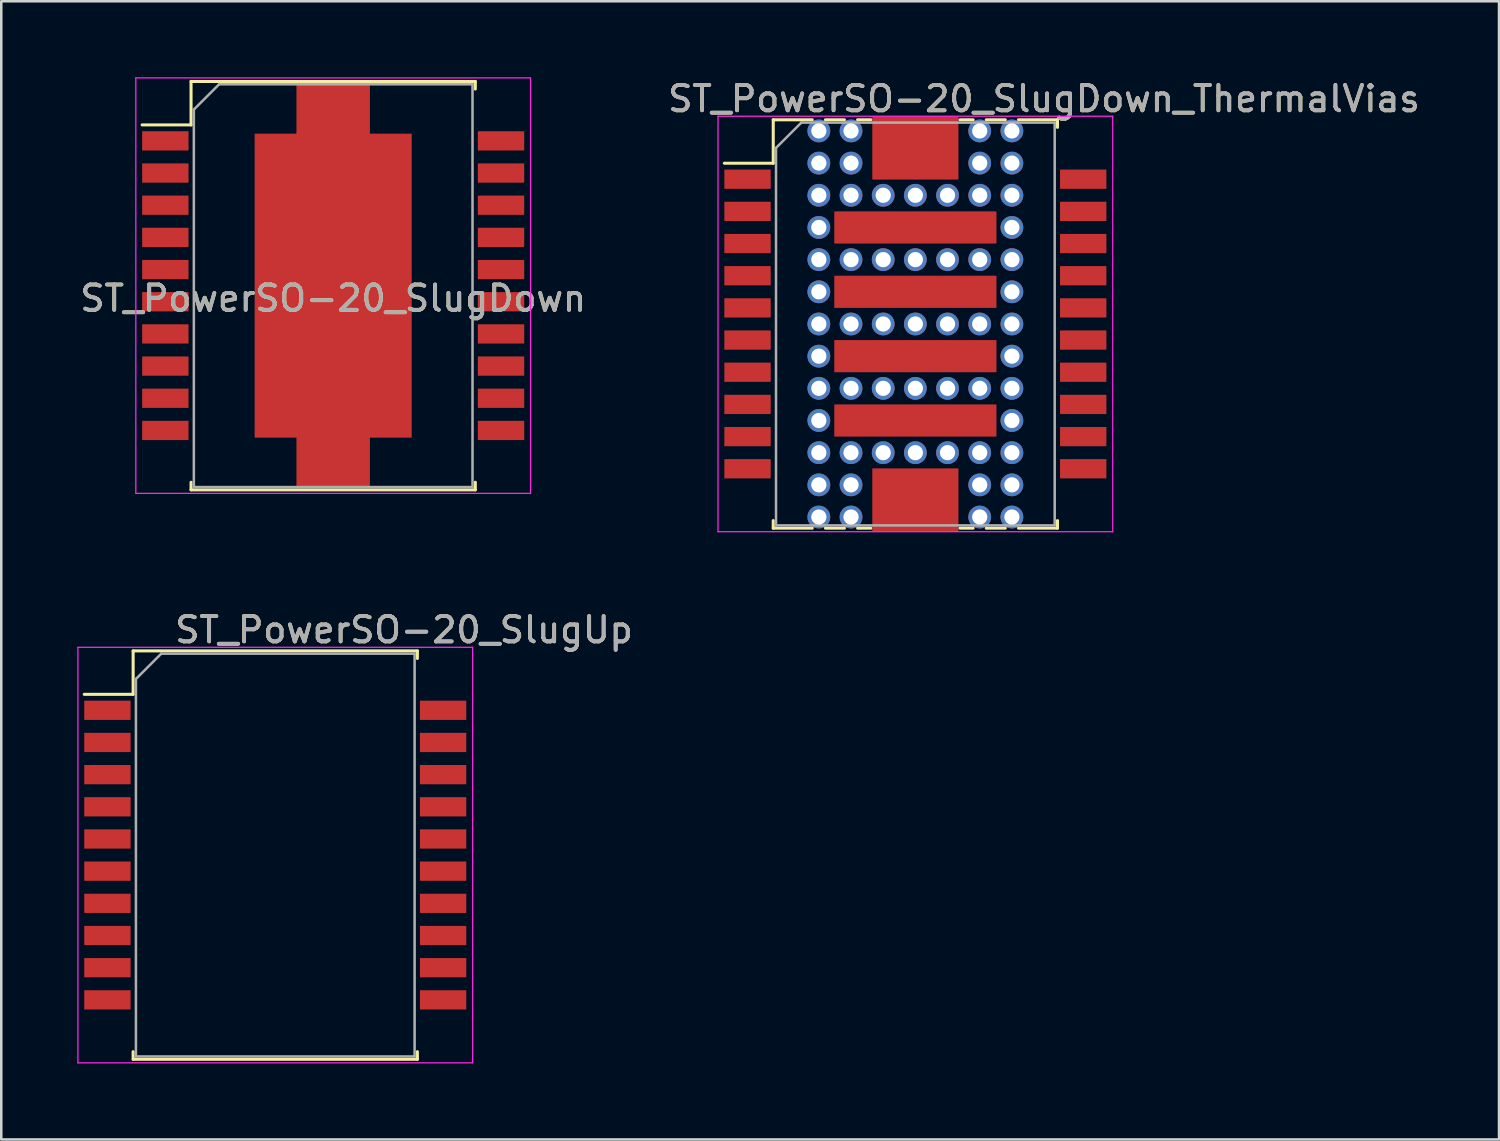
<source format=kicad_pcb>
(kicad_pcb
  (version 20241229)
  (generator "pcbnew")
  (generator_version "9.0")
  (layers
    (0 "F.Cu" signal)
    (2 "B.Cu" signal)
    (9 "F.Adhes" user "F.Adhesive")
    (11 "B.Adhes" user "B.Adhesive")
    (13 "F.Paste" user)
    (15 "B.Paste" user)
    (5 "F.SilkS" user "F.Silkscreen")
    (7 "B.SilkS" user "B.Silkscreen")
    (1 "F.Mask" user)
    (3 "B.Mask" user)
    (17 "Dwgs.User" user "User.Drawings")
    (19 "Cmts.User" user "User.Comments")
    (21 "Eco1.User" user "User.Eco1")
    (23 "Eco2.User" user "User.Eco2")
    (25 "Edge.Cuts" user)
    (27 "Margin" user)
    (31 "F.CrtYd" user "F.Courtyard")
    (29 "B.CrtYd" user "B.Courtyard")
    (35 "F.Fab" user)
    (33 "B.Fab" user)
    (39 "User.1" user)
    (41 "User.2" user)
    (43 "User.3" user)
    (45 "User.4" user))
  (footprint "ST_PowerSO-20_SlugDown_ThermalVias"
    (layer "F.Cu")
    (at 33.081 9.738)
    (property "Reference" "ST_PowerSO-20_SlugDown_ThermalVias" (at 5.08 -8.89 0) (layer "F.SilkS") (effects (font (size 1 1) (thickness 0.15))))
    (attr smd)
    (fp_line (start -7.54 -6.345) (end -5.61 -6.345) (stroke (width 0.12) (type solid)) (layer "F.SilkS"))
    (fp_line (start -5.61 -8.06) (end -4.07 -8.06) (stroke (width 0.12) (type solid)) (layer "F.SilkS"))
    (fp_line (start -5.61 -6.345) (end -5.61 -8.06) (stroke (width 0.12) (type solid)) (layer "F.SilkS"))
    (fp_line (start -5.61 7.76) (end -5.61 8.06) (stroke (width 0.12) (type solid)) (layer "F.SilkS"))
    (fp_line (start -5.61 8.06) (end -4.07 8.06) (stroke (width 0.12) (type solid)) (layer "F.SilkS"))
    (fp_line (start -3.55 -8.06) (end -2.8 -8.06) (stroke (width 0.12) (type solid)) (layer "F.SilkS"))
    (fp_line (start -3.55 8.06) (end -2.8 8.06) (stroke (width 0.12) (type solid)) (layer "F.SilkS"))
    (fp_line (start -2.28 -8.06) (end -1.76 -8.06) (stroke (width 0.12) (type solid)) (layer "F.SilkS"))
    (fp_line (start -2.28 8.06) (end -1.76 8.06) (stroke (width 0.12) (type solid)) (layer "F.SilkS"))
    (fp_line (start 1.76 -8.06) (end 2.28 -8.06) (stroke (width 0.12) (type solid)) (layer "F.SilkS"))
    (fp_line (start 1.76 8.06) (end 2.28 8.06) (stroke (width 0.12) (type solid)) (layer "F.SilkS"))
    (fp_line (start 2.8 -8.06) (end 3.55 -8.06) (stroke (width 0.12) (type solid)) (layer "F.SilkS"))
    (fp_line (start 2.8 8.06) (end 3.55 8.06) (stroke (width 0.12) (type solid)) (layer "F.SilkS"))
    (fp_line (start 4.07 -8.06) (end 5.61 -8.06) (stroke (width 0.12) (type solid)) (layer "F.SilkS"))
    (fp_line (start 4.07 8.06) (end 5.61 8.06) (stroke (width 0.12) (type solid)) (layer "F.SilkS"))
    (fp_line (start 5.61 -8.06) (end 5.61 -7.76) (stroke (width 0.12) (type solid)) (layer "F.SilkS"))
    (fp_line (start 5.61 8.06) (end 5.61 7.76) (stroke (width 0.12) (type solid)) (layer "F.SilkS"))
    (fp_line (start -7.79 -8.2) (end -7.79 8.2) (stroke (width 0.05) (type solid)) (layer "F.CrtYd"))
    (fp_line (start -7.79 8.2) (end 7.79 8.2) (stroke (width 0.05) (type solid)) (layer "F.CrtYd"))
    (fp_line (start 7.79 -8.2) (end -7.79 -8.2) (stroke (width 0.05) (type solid)) (layer "F.CrtYd"))
    (fp_line (start 7.79 8.2) (end 7.79 -8.2) (stroke (width 0.05) (type solid)) (layer "F.CrtYd"))
    (fp_line (start -5.5 -6.95) (end -5.5 7.95) (stroke (width 0.1) (type solid)) (layer "F.Fab"))
    (fp_line (start -5.5 -6.95) (end -4.5 -7.95) (stroke (width 0.1) (type solid)) (layer "F.Fab"))
    (fp_line (start -5.5 7.95) (end 5.5 7.95) (stroke (width 0.1) (type solid)) (layer "F.Fab"))
    (fp_line (start 5.5 -7.95) (end -4.5 -7.95) (stroke (width 0.1) (type solid)) (layer "F.Fab"))
    (fp_line (start 5.5 7.95) (end 5.5 -7.95) (stroke (width 0.1) (type solid)) (layer "F.Fab"))
    (fp_text user "${REFERENCE}" (at 5.08 -8.89 0) (layer "F.Fab") (effects (font (size 1 1) (thickness 0.15))))
    (pad "0" thru_hole circle (at -3.81 -7.62) (size 0.9 0.9) (drill 0.6) (layers "*.Cu" "*.Mask"))
    (pad "0" thru_hole circle (at -3.81 -6.35) (size 0.9 0.9) (drill 0.6) (layers "*.Cu" "*.Mask"))
    (pad "0" thru_hole circle (at -3.81 -5.08) (size 0.9 0.9) (drill 0.6) (layers "*.Cu" "*.Mask"))
    (pad "0" thru_hole circle (at -3.81 -3.81) (size 0.9 0.9) (drill 0.6) (layers "*.Cu" "*.Mask"))
    (pad "0" thru_hole circle (at -3.81 -2.54) (size 0.9 0.9) (drill 0.6) (layers "*.Cu" "*.Mask"))
    (pad "0" thru_hole circle (at -3.81 -1.27) (size 0.9 0.9) (drill 0.6) (layers "*.Cu" "*.Mask"))
    (pad "0" thru_hole circle (at -3.81 0) (size 0.9 0.9) (drill 0.6) (layers "*.Cu" "*.Mask"))
    (pad "0" thru_hole circle (at -3.81 1.27) (size 0.9 0.9) (drill 0.6) (layers "*.Cu" "*.Mask"))
    (pad "0" thru_hole circle (at -3.81 2.54) (size 0.9 0.9) (drill 0.6) (layers "*.Cu" "*.Mask"))
    (pad "0" thru_hole circle (at -3.81 3.81) (size 0.9 0.9) (drill 0.6) (layers "*.Cu" "*.Mask"))
    (pad "0" thru_hole circle (at -3.81 5.08) (size 0.9 0.9) (drill 0.6) (layers "*.Cu" "*.Mask"))
    (pad "0" thru_hole circle (at -3.81 6.35) (size 0.9 0.9) (drill 0.6) (layers "*.Cu" "*.Mask"))
    (pad "0" thru_hole circle (at -3.81 7.62) (size 0.9 0.9) (drill 0.6) (layers "*.Cu" "*.Mask"))
    (pad "0" thru_hole circle (at -2.54 -7.62) (size 0.9 0.9) (drill 0.6) (layers "*.Cu" "*.Mask"))
    (pad "0" thru_hole circle (at -2.54 -6.35) (size 0.9 0.9) (drill 0.6) (layers "*.Cu" "*.Mask"))
    (pad "0" thru_hole circle (at -2.54 -5.08) (size 0.9 0.9) (drill 0.6) (layers "*.Cu" "*.Mask"))
    (pad "0" thru_hole circle (at -2.54 -2.54) (size 0.9 0.9) (drill 0.6) (layers "*.Cu" "*.Mask"))
    (pad "0" thru_hole circle (at -2.54 0) (size 0.9 0.9) (drill 0.6) (layers "*.Cu" "*.Mask"))
    (pad "0" thru_hole circle (at -2.54 2.54) (size 0.9 0.9) (drill 0.6) (layers "*.Cu" "*.Mask"))
    (pad "0" thru_hole circle (at -2.54 5.08) (size 0.9 0.9) (drill 0.6) (layers "*.Cu" "*.Mask"))
    (pad "0" thru_hole circle (at -2.54 6.35) (size 0.9 0.9) (drill 0.6) (layers "*.Cu" "*.Mask"))
    (pad "0" thru_hole circle (at -2.54 7.62) (size 0.9 0.9) (drill 0.6) (layers "*.Cu" "*.Mask"))
    (pad "0" thru_hole circle (at -1.27 -5.08) (size 0.9 0.9) (drill 0.6) (layers "*.Cu" "*.Mask"))
    (pad "0" thru_hole circle (at -1.27 -2.54) (size 0.9 0.9) (drill 0.6) (layers "*.Cu" "*.Mask"))
    (pad "0" thru_hole circle (at -1.27 0) (size 0.9 0.9) (drill 0.6) (layers "*.Cu" "*.Mask"))
    (pad "0" thru_hole circle (at -1.27 2.54) (size 0.9 0.9) (drill 0.6) (layers "*.Cu" "*.Mask"))
    (pad "0" thru_hole circle (at -1.27 5.08) (size 0.9 0.9) (drill 0.6) (layers "*.Cu" "*.Mask"))
    (pad "0" smd rect (at 0 -6.95) (size 3.4 2.5) (layers "F.Cu" "F.Mask" "F.Paste"))
    (pad "0" thru_hole circle (at 0 -5.08) (size 0.9 0.9) (drill 0.6) (layers "*.Cu" "*.Mask"))
    (pad "0" smd rect (at 0 -3.81) (size 6.4 1.27) (layers "F.Cu" "F.Mask" "F.Paste"))
    (pad "0" thru_hole circle (at 0 -2.54) (size 0.9 0.9) (drill 0.6) (layers "*.Cu" "*.Mask"))
    (pad "0" smd rect (at 0 -1.27) (size 6.4 1.27) (layers "F.Cu" "F.Mask" "F.Paste"))
    (pad "0" thru_hole circle (at 0 0) (size 0.9 0.9) (drill 0.6) (layers "*.Cu" "*.Mask"))
    (pad "0" smd rect (at 0 1.27) (size 6.4 1.27) (layers "F.Cu" "F.Mask" "F.Paste"))
    (pad "0" thru_hole circle (at 0 2.54) (size 0.9 0.9) (drill 0.6) (layers "*.Cu" "*.Mask"))
    (pad "0" smd rect (at 0 3.81) (size 6.4 1.27) (layers "F.Cu" "F.Mask" "F.Paste"))
    (pad "0" thru_hole circle (at 0 5.08) (size 0.9 0.9) (drill 0.6) (layers "*.Cu" "*.Mask"))
    (pad "0" smd rect (at 0 6.95) (size 3.4 2.5) (layers "F.Cu" "F.Mask" "F.Paste"))
    (pad "0" thru_hole circle (at 1.27 -5.08) (size 0.9 0.9) (drill 0.6) (layers "*.Cu" "*.Mask"))
    (pad "0" thru_hole circle (at 1.27 -2.54) (size 0.9 0.9) (drill 0.6) (layers "*.Cu" "*.Mask"))
    (pad "0" thru_hole circle (at 1.27 0) (size 0.9 0.9) (drill 0.6) (layers "*.Cu" "*.Mask"))
    (pad "0" thru_hole circle (at 1.27 2.54) (size 0.9 0.9) (drill 0.6) (layers "*.Cu" "*.Mask"))
    (pad "0" thru_hole circle (at 1.27 5.08) (size 0.9 0.9) (drill 0.6) (layers "*.Cu" "*.Mask"))
    (pad "0" thru_hole circle (at 2.54 -7.62) (size 0.9 0.9) (drill 0.6) (layers "*.Cu" "*.Mask"))
    (pad "0" thru_hole circle (at 2.54 -6.35) (size 0.9 0.9) (drill 0.6) (layers "*.Cu" "*.Mask"))
    (pad "0" thru_hole circle (at 2.54 -5.08) (size 0.9 0.9) (drill 0.6) (layers "*.Cu" "*.Mask"))
    (pad "0" thru_hole circle (at 2.54 -2.54) (size 0.9 0.9) (drill 0.6) (layers "*.Cu" "*.Mask"))
    (pad "0" thru_hole circle (at 2.54 0) (size 0.9 0.9) (drill 0.6) (layers "*.Cu" "*.Mask"))
    (pad "0" thru_hole circle (at 2.54 2.54) (size 0.9 0.9) (drill 0.6) (layers "*.Cu" "*.Mask"))
    (pad "0" thru_hole circle (at 2.54 5.08) (size 0.9 0.9) (drill 0.6) (layers "*.Cu" "*.Mask"))
    (pad "0" thru_hole circle (at 2.54 6.35) (size 0.9 0.9) (drill 0.6) (layers "*.Cu" "*.Mask"))
    (pad "0" thru_hole circle (at 2.54 7.62) (size 0.9 0.9) (drill 0.6) (layers "*.Cu" "*.Mask"))
    (pad "0" thru_hole circle (at 3.81 -7.62) (size 0.9 0.9) (drill 0.6) (layers "*.Cu" "*.Mask"))
    (pad "0" thru_hole circle (at 3.81 -6.35) (size 0.9 0.9) (drill 0.6) (layers "*.Cu" "*.Mask"))
    (pad "0" thru_hole circle (at 3.81 -5.08) (size 0.9 0.9) (drill 0.6) (layers "*.Cu" "*.Mask"))
    (pad "0" thru_hole circle (at 3.81 -3.81) (size 0.9 0.9) (drill 0.6) (layers "*.Cu" "*.Mask"))
    (pad "0" thru_hole circle (at 3.81 -2.54) (size 0.9 0.9) (drill 0.6) (layers "*.Cu" "*.Mask"))
    (pad "0" thru_hole circle (at 3.81 -1.27) (size 0.9 0.9) (drill 0.6) (layers "*.Cu" "*.Mask"))
    (pad "0" thru_hole circle (at 3.81 0) (size 0.9 0.9) (drill 0.6) (layers "*.Cu" "*.Mask"))
    (pad "0" thru_hole circle (at 3.81 1.27) (size 0.9 0.9) (drill 0.6) (layers "*.Cu" "*.Mask"))
    (pad "0" thru_hole circle (at 3.81 2.54) (size 0.9 0.9) (drill 0.6) (layers "*.Cu" "*.Mask"))
    (pad "0" thru_hole circle (at 3.81 3.81) (size 0.9 0.9) (drill 0.6) (layers "*.Cu" "*.Mask"))
    (pad "0" thru_hole circle (at 3.81 5.08) (size 0.9 0.9) (drill 0.6) (layers "*.Cu" "*.Mask"))
    (pad "0" thru_hole circle (at 3.81 6.35) (size 0.9 0.9) (drill 0.6) (layers "*.Cu" "*.Mask"))
    (pad "0" thru_hole circle (at 3.81 7.62) (size 0.9 0.9) (drill 0.6) (layers "*.Cu" "*.Mask"))
    (pad "1" smd rect (at -6.625 -5.715 90) (size 0.76 1.83) (layers "F.Cu" "F.Mask" "F.Paste"))
    (pad "2" smd rect (at -6.625 -4.445 90) (size 0.76 1.83) (layers "F.Cu" "F.Mask" "F.Paste"))
    (pad "3" smd rect (at -6.625 -3.175 90) (size 0.76 1.83) (layers "F.Cu" "F.Mask" "F.Paste"))
    (pad "4" smd rect (at -6.625 -1.905 90) (size 0.76 1.83) (layers "F.Cu" "F.Mask" "F.Paste"))
    (pad "5" smd rect (at -6.625 -0.635 90) (size 0.76 1.83) (layers "F.Cu" "F.Mask" "F.Paste"))
    (pad "6" smd rect (at -6.625 0.635 90) (size 0.76 1.83) (layers "F.Cu" "F.Mask" "F.Paste"))
    (pad "7" smd rect (at -6.625 1.905 90) (size 0.76 1.83) (layers "F.Cu" "F.Mask" "F.Paste"))
    (pad "8" smd rect (at -6.625 3.175 90) (size 0.76 1.83) (layers "F.Cu" "F.Mask" "F.Paste"))
    (pad "9" smd rect (at -6.625 4.445 90) (size 0.76 1.83) (layers "F.Cu" "F.Mask" "F.Paste"))
    (pad "10" smd rect (at -6.625 5.715 90) (size 0.76 1.83) (layers "F.Cu" "F.Mask" "F.Paste"))
    (pad "11" smd rect (at 6.625 5.715 90) (size 0.76 1.83) (layers "F.Cu" "F.Mask" "F.Paste"))
    (pad "12" smd rect (at 6.625 4.445 90) (size 0.76 1.83) (layers "F.Cu" "F.Mask" "F.Paste"))
    (pad "13" smd rect (at 6.625 3.175 90) (size 0.76 1.83) (layers "F.Cu" "F.Mask" "F.Paste"))
    (pad "14" smd rect (at 6.625 1.905 90) (size 0.76 1.83) (layers "F.Cu" "F.Mask" "F.Paste"))
    (pad "15" smd rect (at 6.625 0.635 90) (size 0.76 1.83) (layers "F.Cu" "F.Mask" "F.Paste"))
    (pad "16" smd rect (at 6.625 -0.635 90) (size 0.76 1.83) (layers "F.Cu" "F.Mask" "F.Paste"))
    (pad "17" smd rect (at 6.625 -1.905 90) (size 0.76 1.83) (layers "F.Cu" "F.Mask" "F.Paste"))
    (pad "18" smd rect (at 6.625 -3.175 90) (size 0.76 1.83) (layers "F.Cu" "F.Mask" "F.Paste"))
    (pad "19" smd rect (at 6.625 -4.445 90) (size 0.76 1.83) (layers "F.Cu" "F.Mask" "F.Paste"))
    (pad "20" smd rect (at 6.625 -5.715 90) (size 0.76 1.83) (layers "F.Cu" "F.Mask" "F.Paste")))
  (footprint "ST_PowerSO-20_SlugDown"
    (layer "F.Cu")
    (at 10.101 8.225)
    (property "Reference" "ST_PowerSO-20_SlugDown" (at 0 0.5 0) (layer "F.SilkS") (effects (font (size 1 1) (thickness 0.15))))
    (attr smd)
    (fp_line (start -7.54 -6.345) (end -5.61 -6.345) (stroke (width 0.12) (type solid)) (layer "F.SilkS"))
    (fp_line (start -5.61 -8.06) (end 5.61 -8.06) (stroke (width 0.12) (type solid)) (layer "F.SilkS"))
    (fp_line (start -5.61 -6.345) (end -5.61 -8.06) (stroke (width 0.12) (type solid)) (layer "F.SilkS"))
    (fp_line (start -5.61 7.76) (end -5.61 8.06) (stroke (width 0.12) (type solid)) (layer "F.SilkS"))
    (fp_line (start -5.61 8.06) (end 5.61 8.06) (stroke (width 0.12) (type solid)) (layer "F.SilkS"))
    (fp_line (start 5.61 -8.06) (end 5.61 -7.76) (stroke (width 0.12) (type solid)) (layer "F.SilkS"))
    (fp_line (start 5.61 8.06) (end 5.61 7.76) (stroke (width 0.12) (type solid)) (layer "F.SilkS"))
    (fp_line (start -7.79 -8.2) (end -7.79 8.2) (stroke (width 0.05) (type solid)) (layer "F.CrtYd"))
    (fp_line (start -7.79 8.2) (end 7.79 8.2) (stroke (width 0.05) (type solid)) (layer "F.CrtYd"))
    (fp_line (start 7.79 -8.2) (end -7.79 -8.2) (stroke (width 0.05) (type solid)) (layer "F.CrtYd"))
    (fp_line (start 7.79 8.2) (end 7.79 -8.2) (stroke (width 0.05) (type solid)) (layer "F.CrtYd"))
    (fp_line (start -5.5 -6.95) (end -5.5 7.95) (stroke (width 0.1) (type solid)) (layer "F.Fab"))
    (fp_line (start -5.5 -6.95) (end -4.5 -7.95) (stroke (width 0.1) (type solid)) (layer "F.Fab"))
    (fp_line (start -5.5 7.95) (end 5.5 7.95) (stroke (width 0.1) (type solid)) (layer "F.Fab"))
    (fp_line (start 5.5 -7.95) (end -4.5 -7.95) (stroke (width 0.1) (type solid)) (layer "F.Fab"))
    (fp_line (start 5.5 7.95) (end 5.5 -7.95) (stroke (width 0.1) (type solid)) (layer "F.Fab"))
    (fp_text user "${REFERENCE}" (at 0 0.5 0) (layer "F.Fab") (effects (font (size 1 1) (thickness 0.15))))
    (pad "0" smd custom (at 0 0 90) (size 0.45 1.6) (layers "F.Cu" "F.Mask" "F.Paste") (options (anchor rect)) (primitives (gr_poly (pts (xy 6 -3.1) (xy 6 -1.45) (xy 7.95 -1.45) (xy 7.95 1.45) (xy 6 1.45) (xy 6 3.1) (xy -6 3.1) (xy -6 1.45) (xy -7.95 1.45) (xy -7.95 -1.45) (xy -6 -1.45) (xy -6 -3.1)) (width 0) (fill yes))))
    (pad "01" smd rect (at -6.625 -5.715 90) (size 0.76 1.83) (layers "F.Cu" "F.Mask" "F.Paste"))
    (pad "02" smd rect (at -6.625 -4.445 90) (size 0.76 1.83) (layers "F.Cu" "F.Mask" "F.Paste"))
    (pad "03" smd rect (at -6.625 -3.175 90) (size 0.76 1.83) (layers "F.Cu" "F.Mask" "F.Paste"))
    (pad "04" smd rect (at -6.625 -1.905 90) (size 0.76 1.83) (layers "F.Cu" "F.Mask" "F.Paste"))
    (pad "05" smd rect (at -6.625 -0.635 90) (size 0.76 1.83) (layers "F.Cu" "F.Mask" "F.Paste"))
    (pad "06" smd rect (at -6.625 0.635 90) (size 0.76 1.83) (layers "F.Cu" "F.Mask" "F.Paste"))
    (pad "07" smd rect (at -6.625 1.905 90) (size 0.76 1.83) (layers "F.Cu" "F.Mask" "F.Paste"))
    (pad "08" smd rect (at -6.625 3.175 90) (size 0.76 1.83) (layers "F.Cu" "F.Mask" "F.Paste"))
    (pad "09" smd rect (at -6.625 4.445 90) (size 0.76 1.83) (layers "F.Cu" "F.Mask" "F.Paste"))
    (pad "10" smd rect (at -6.625 5.715 90) (size 0.76 1.83) (layers "F.Cu" "F.Mask" "F.Paste"))
    (pad "11" smd rect (at 6.625 5.715 90) (size 0.76 1.83) (layers "F.Cu" "F.Mask" "F.Paste"))
    (pad "12" smd rect (at 6.625 4.445 90) (size 0.76 1.83) (layers "F.Cu" "F.Mask" "F.Paste"))
    (pad "13" smd rect (at 6.625 3.175 90) (size 0.76 1.83) (layers "F.Cu" "F.Mask" "F.Paste"))
    (pad "14" smd rect (at 6.625 1.905 90) (size 0.76 1.83) (layers "F.Cu" "F.Mask" "F.Paste"))
    (pad "15" smd rect (at 6.625 0.635 90) (size 0.76 1.83) (layers "F.Cu" "F.Mask" "F.Paste"))
    (pad "16" smd rect (at 6.625 -0.635 90) (size 0.76 1.83) (layers "F.Cu" "F.Mask" "F.Paste"))
    (pad "17" smd rect (at 6.625 -1.905 90) (size 0.76 1.83) (layers "F.Cu" "F.Mask" "F.Paste"))
    (pad "18" smd rect (at 6.625 -3.175 90) (size 0.76 1.83) (layers "F.Cu" "F.Mask" "F.Paste"))
    (pad "19" smd rect (at 6.625 -4.445 90) (size 0.76 1.83) (layers "F.Cu" "F.Mask" "F.Paste"))
    (pad "20" smd rect (at 6.625 -5.715 90) (size 0.76 1.83) (layers "F.Cu" "F.Mask" "F.Paste")))
  (footprint "ST_PowerSO-20_SlugUp"
    (layer "F.Cu")
    (at 7.815 30.701)
    (property "Reference" "ST_PowerSO-20_SlugUp" (at 5.08 -8.89 0) (layer "F.SilkS") (effects (font (size 1 1) (thickness 0.15))))
    (attr smd)
    (fp_line (start -7.54 -6.345) (end -5.61 -6.345) (stroke (width 0.12) (type solid)) (layer "F.SilkS"))
    (fp_line (start -5.61 -8.06) (end 5.61 -8.06) (stroke (width 0.12) (type solid)) (layer "F.SilkS"))
    (fp_line (start -5.61 -6.345) (end -5.61 -8.06) (stroke (width 0.12) (type solid)) (layer "F.SilkS"))
    (fp_line (start -5.61 7.76) (end -5.61 8.06) (stroke (width 0.12) (type solid)) (layer "F.SilkS"))
    (fp_line (start -5.61 8.06) (end 5.61 8.06) (stroke (width 0.12) (type solid)) (layer "F.SilkS"))
    (fp_line (start 5.61 -8.06) (end 5.61 -7.76) (stroke (width 0.12) (type solid)) (layer "F.SilkS"))
    (fp_line (start 5.61 8.06) (end 5.61 7.76) (stroke (width 0.12) (type solid)) (layer "F.SilkS"))
    (fp_line (start -7.79 -8.2) (end -7.79 8.2) (stroke (width 0.05) (type solid)) (layer "F.CrtYd"))
    (fp_line (start -7.79 8.2) (end 7.79 8.2) (stroke (width 0.05) (type solid)) (layer "F.CrtYd"))
    (fp_line (start 7.79 -8.2) (end -7.79 -8.2) (stroke (width 0.05) (type solid)) (layer "F.CrtYd"))
    (fp_line (start 7.79 8.2) (end 7.79 -8.2) (stroke (width 0.05) (type solid)) (layer "F.CrtYd"))
    (fp_line (start -5.5 -6.95) (end -5.5 7.95) (stroke (width 0.1) (type solid)) (layer "F.Fab"))
    (fp_line (start -5.5 -6.95) (end -4.5 -7.95) (stroke (width 0.1) (type solid)) (layer "F.Fab"))
    (fp_line (start -5.5 7.95) (end 5.5 7.95) (stroke (width 0.1) (type solid)) (layer "F.Fab"))
    (fp_line (start 5.5 -7.95) (end -4.5 -7.95) (stroke (width 0.1) (type solid)) (layer "F.Fab"))
    (fp_line (start 5.5 7.95) (end 5.5 -7.95) (stroke (width 0.1) (type solid)) (layer "F.Fab"))
    (fp_text user "${REFERENCE}" (at 5.08 -8.89 0) (layer "F.Fab") (effects (font (size 1 1) (thickness 0.15))))
    (pad "1" smd rect (at -6.625 -5.715 90) (size 0.76 1.83) (layers "F.Cu" "F.Mask" "F.Paste"))
    (pad "2" smd rect (at -6.625 -4.445 90) (size 0.76 1.83) (layers "F.Cu" "F.Mask" "F.Paste"))
    (pad "3" smd rect (at -6.625 -3.175 90) (size 0.76 1.83) (layers "F.Cu" "F.Mask" "F.Paste"))
    (pad "4" smd rect (at -6.625 -1.905 90) (size 0.76 1.83) (layers "F.Cu" "F.Mask" "F.Paste"))
    (pad "5" smd rect (at -6.625 -0.635 90) (size 0.76 1.83) (layers "F.Cu" "F.Mask" "F.Paste"))
    (pad "6" smd rect (at -6.625 0.635 90) (size 0.76 1.83) (layers "F.Cu" "F.Mask" "F.Paste"))
    (pad "7" smd rect (at -6.625 1.905 90) (size 0.76 1.83) (layers "F.Cu" "F.Mask" "F.Paste"))
    (pad "8" smd rect (at -6.625 3.175 90) (size 0.76 1.83) (layers "F.Cu" "F.Mask" "F.Paste"))
    (pad "9" smd rect (at -6.625 4.445 90) (size 0.76 1.83) (layers "F.Cu" "F.Mask" "F.Paste"))
    (pad "10" smd rect (at -6.625 5.715 90) (size 0.76 1.83) (layers "F.Cu" "F.Mask" "F.Paste"))
    (pad "11" smd rect (at 6.625 5.715 90) (size 0.76 1.83) (layers "F.Cu" "F.Mask" "F.Paste"))
    (pad "12" smd rect (at 6.625 4.445 90) (size 0.76 1.83) (layers "F.Cu" "F.Mask" "F.Paste"))
    (pad "13" smd rect (at 6.625 3.175 90) (size 0.76 1.83) (layers "F.Cu" "F.Mask" "F.Paste"))
    (pad "14" smd rect (at 6.625 1.905 90) (size 0.76 1.83) (layers "F.Cu" "F.Mask" "F.Paste"))
    (pad "15" smd rect (at 6.625 0.635 90) (size 0.76 1.83) (layers "F.Cu" "F.Mask" "F.Paste"))
    (pad "16" smd rect (at 6.625 -0.635 90) (size 0.76 1.83) (layers "F.Cu" "F.Mask" "F.Paste"))
    (pad "17" smd rect (at 6.625 -1.905 90) (size 0.76 1.83) (layers "F.Cu" "F.Mask" "F.Paste"))
    (pad "18" smd rect (at 6.625 -3.175 90) (size 0.76 1.83) (layers "F.Cu" "F.Mask" "F.Paste"))
    (pad "19" smd rect (at 6.625 -4.445 90) (size 0.76 1.83) (layers "F.Cu" "F.Mask" "F.Paste"))
    (pad "20" smd rect (at 6.625 -5.715 90) (size 0.76 1.83) (layers "F.Cu" "F.Mask" "F.Paste")))
  (gr_rect
    (start -3 -3)
    (end 56.119 41.926)
    (stroke (width 0.1) (type default))
    (fill no)
    (layer "Edge.Cuts")))
</source>
